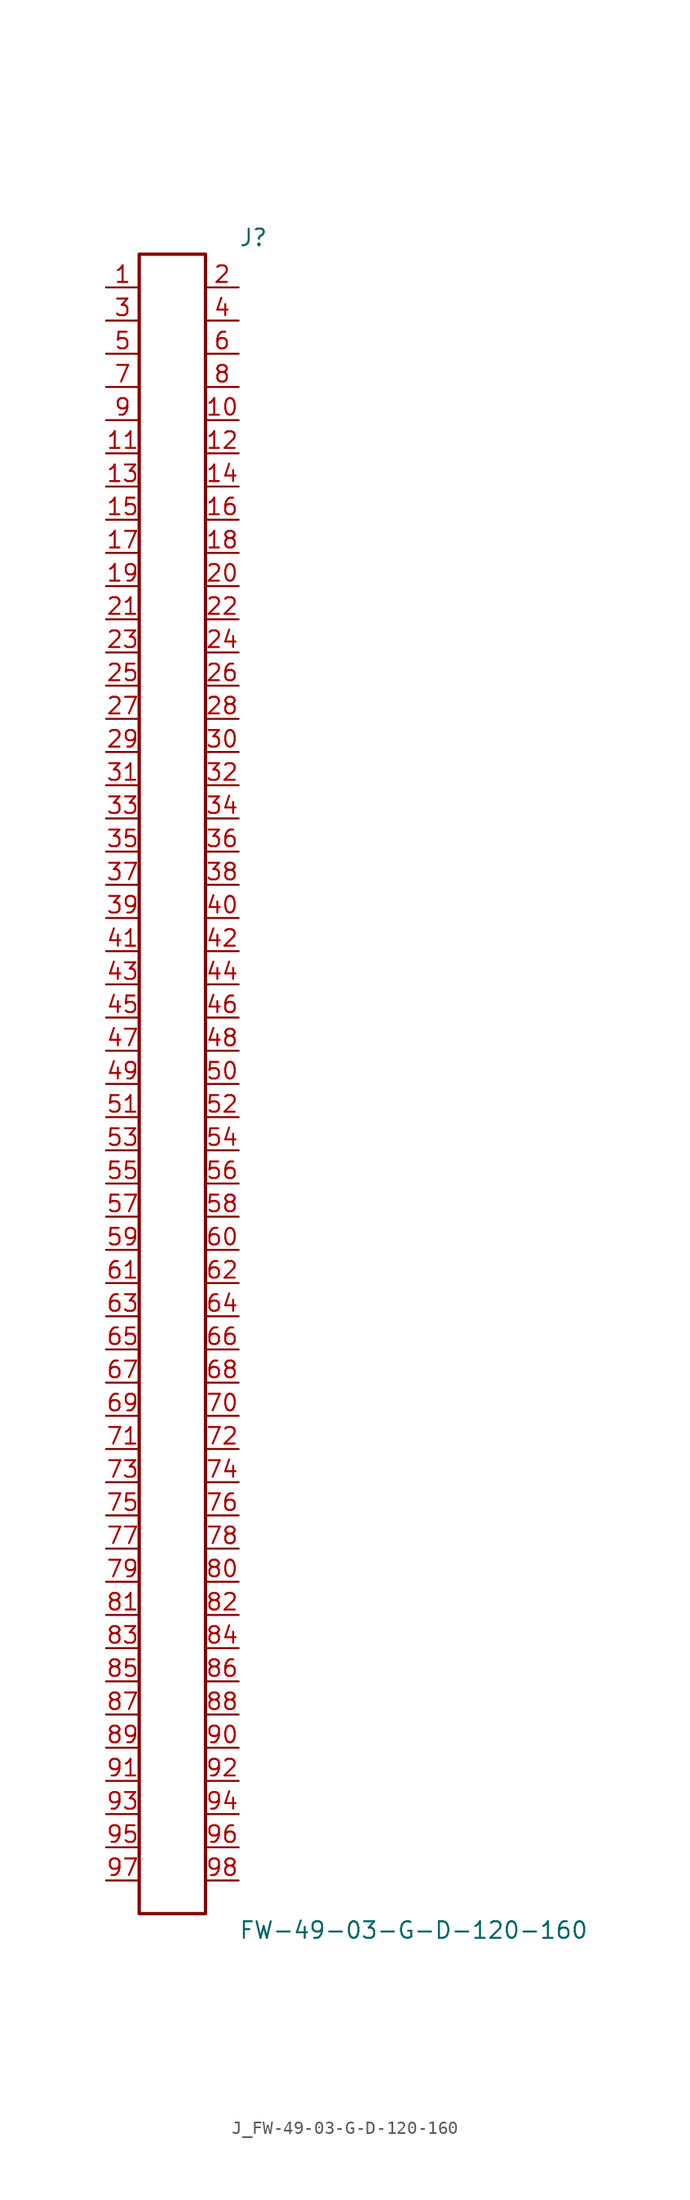
<source format=kicad_sym>
(kicad_symbol_lib
  (version 20231120)
  (generator kicad_symbol_editor)
  (generator_version 8.0)
  (symbol "J_FW-49-03-G-D-120-160"
    (pin_names
      (offset 0.254))
    (property "Reference" "J"
      (at 5.08 64.77 0)
      (effects (font (size 1.27 1.27)) (justify left)))
    (property "Value" "FW-49-03-G-D-120-160"
      (at 5.08 -64.77 0)
      (effects (font (size 1.27 1.27)) (justify left)))
    (symbol "J_FW-49-03-G-D-120-160_0_0"
      (pin passive line (at -5.08 60.96 0) (length 2.54) (name "" (effects (font (size 1.27 1.27)))) (number "1" (effects (font (size 1.27 1.27)))))
      (pin passive line (at 5.08 60.96 180) (length 2.54) (name "" (effects (font (size 1.27 1.27)))) (number "2" (effects (font (size 1.27 1.27)))))
      (pin passive line (at -5.08 58.42 0) (length 2.54) (name "" (effects (font (size 1.27 1.27)))) (number "3" (effects (font (size 1.27 1.27)))))
      (pin passive line (at 5.08 58.42 180) (length 2.54) (name "" (effects (font (size 1.27 1.27)))) (number "4" (effects (font (size 1.27 1.27)))))
      (pin passive line (at -5.08 55.88 0) (length 2.54) (name "" (effects (font (size 1.27 1.27)))) (number "5" (effects (font (size 1.27 1.27)))))
      (pin passive line (at 5.08 55.88 180) (length 2.54) (name "" (effects (font (size 1.27 1.27)))) (number "6" (effects (font (size 1.27 1.27)))))
      (pin passive line (at -5.08 53.34 0) (length 2.54) (name "" (effects (font (size 1.27 1.27)))) (number "7" (effects (font (size 1.27 1.27)))))
      (pin passive line (at 5.08 53.34 180) (length 2.54) (name "" (effects (font (size 1.27 1.27)))) (number "8" (effects (font (size 1.27 1.27)))))
      (pin passive line (at -5.08 50.8 0) (length 2.54) (name "" (effects (font (size 1.27 1.27)))) (number "9" (effects (font (size 1.27 1.27)))))
      (pin passive line (at 5.08 50.8 180) (length 2.54) (name "" (effects (font (size 1.27 1.27)))) (number "10" (effects (font (size 1.27 1.27)))))
      (pin passive line (at -5.08 48.26 0) (length 2.54) (name "" (effects (font (size 1.27 1.27)))) (number "11" (effects (font (size 1.27 1.27)))))
      (pin passive line (at 5.08 48.26 180) (length 2.54) (name "" (effects (font (size 1.27 1.27)))) (number "12" (effects (font (size 1.27 1.27)))))
      (pin passive line (at -5.08 45.72 0) (length 2.54) (name "" (effects (font (size 1.27 1.27)))) (number "13" (effects (font (size 1.27 1.27)))))
      (pin passive line (at 5.08 45.72 180) (length 2.54) (name "" (effects (font (size 1.27 1.27)))) (number "14" (effects (font (size 1.27 1.27)))))
      (pin passive line (at -5.08 43.18 0) (length 2.54) (name "" (effects (font (size 1.27 1.27)))) (number "15" (effects (font (size 1.27 1.27)))))
      (pin passive line (at 5.08 43.18 180) (length 2.54) (name "" (effects (font (size 1.27 1.27)))) (number "16" (effects (font (size 1.27 1.27)))))
      (pin passive line (at -5.08 40.64 0) (length 2.54) (name "" (effects (font (size 1.27 1.27)))) (number "17" (effects (font (size 1.27 1.27)))))
      (pin passive line (at 5.08 40.64 180) (length 2.54) (name "" (effects (font (size 1.27 1.27)))) (number "18" (effects (font (size 1.27 1.27)))))
      (pin passive line (at -5.08 38.1 0) (length 2.54) (name "" (effects (font (size 1.27 1.27)))) (number "19" (effects (font (size 1.27 1.27)))))
      (pin passive line (at 5.08 38.1 180) (length 2.54) (name "" (effects (font (size 1.27 1.27)))) (number "20" (effects (font (size 1.27 1.27)))))
      (pin passive line (at -5.08 35.56 0) (length 2.54) (name "" (effects (font (size 1.27 1.27)))) (number "21" (effects (font (size 1.27 1.27)))))
      (pin passive line (at 5.08 35.56 180) (length 2.54) (name "" (effects (font (size 1.27 1.27)))) (number "22" (effects (font (size 1.27 1.27)))))
      (pin passive line (at -5.08 33.02 0) (length 2.54) (name "" (effects (font (size 1.27 1.27)))) (number "23" (effects (font (size 1.27 1.27)))))
      (pin passive line (at 5.08 33.02 180) (length 2.54) (name "" (effects (font (size 1.27 1.27)))) (number "24" (effects (font (size 1.27 1.27)))))
      (pin passive line (at -5.08 30.48 0) (length 2.54) (name "" (effects (font (size 1.27 1.27)))) (number "25" (effects (font (size 1.27 1.27)))))
      (pin passive line (at 5.08 30.48 180) (length 2.54) (name "" (effects (font (size 1.27 1.27)))) (number "26" (effects (font (size 1.27 1.27)))))
      (pin passive line (at -5.08 27.94 0) (length 2.54) (name "" (effects (font (size 1.27 1.27)))) (number "27" (effects (font (size 1.27 1.27)))))
      (pin passive line (at 5.08 27.94 180) (length 2.54) (name "" (effects (font (size 1.27 1.27)))) (number "28" (effects (font (size 1.27 1.27)))))
      (pin passive line (at -5.08 25.4 0) (length 2.54) (name "" (effects (font (size 1.27 1.27)))) (number "29" (effects (font (size 1.27 1.27)))))
      (pin passive line (at 5.08 25.4 180) (length 2.54) (name "" (effects (font (size 1.27 1.27)))) (number "30" (effects (font (size 1.27 1.27)))))
      (pin passive line (at -5.08 22.86 0) (length 2.54) (name "" (effects (font (size 1.27 1.27)))) (number "31" (effects (font (size 1.27 1.27)))))
      (pin passive line (at 5.08 22.86 180) (length 2.54) (name "" (effects (font (size 1.27 1.27)))) (number "32" (effects (font (size 1.27 1.27)))))
      (pin passive line (at -5.08 20.32 0) (length 2.54) (name "" (effects (font (size 1.27 1.27)))) (number "33" (effects (font (size 1.27 1.27)))))
      (pin passive line (at 5.08 20.32 180) (length 2.54) (name "" (effects (font (size 1.27 1.27)))) (number "34" (effects (font (size 1.27 1.27)))))
      (pin passive line (at -5.08 17.78 0) (length 2.54) (name "" (effects (font (size 1.27 1.27)))) (number "35" (effects (font (size 1.27 1.27)))))
      (pin passive line (at 5.08 17.78 180) (length 2.54) (name "" (effects (font (size 1.27 1.27)))) (number "36" (effects (font (size 1.27 1.27)))))
      (pin passive line (at -5.08 15.24 0) (length 2.54) (name "" (effects (font (size 1.27 1.27)))) (number "37" (effects (font (size 1.27 1.27)))))
      (pin passive line (at 5.08 15.24 180) (length 2.54) (name "" (effects (font (size 1.27 1.27)))) (number "38" (effects (font (size 1.27 1.27)))))
      (pin passive line (at -5.08 12.7 0) (length 2.54) (name "" (effects (font (size 1.27 1.27)))) (number "39" (effects (font (size 1.27 1.27)))))
      (pin passive line (at 5.08 12.7 180) (length 2.54) (name "" (effects (font (size 1.27 1.27)))) (number "40" (effects (font (size 1.27 1.27)))))
      (pin passive line (at -5.08 10.16 0) (length 2.54) (name "" (effects (font (size 1.27 1.27)))) (number "41" (effects (font (size 1.27 1.27)))))
      (pin passive line (at 5.08 10.16 180) (length 2.54) (name "" (effects (font (size 1.27 1.27)))) (number "42" (effects (font (size 1.27 1.27)))))
      (pin passive line (at -5.08 7.62 0) (length 2.54) (name "" (effects (font (size 1.27 1.27)))) (number "43" (effects (font (size 1.27 1.27)))))
      (pin passive line (at 5.08 7.62 180) (length 2.54) (name "" (effects (font (size 1.27 1.27)))) (number "44" (effects (font (size 1.27 1.27)))))
      (pin passive line (at -5.08 5.08 0) (length 2.54) (name "" (effects (font (size 1.27 1.27)))) (number "45" (effects (font (size 1.27 1.27)))))
      (pin passive line (at 5.08 5.08 180) (length 2.54) (name "" (effects (font (size 1.27 1.27)))) (number "46" (effects (font (size 1.27 1.27)))))
      (pin passive line (at -5.08 2.54 0) (length 2.54) (name "" (effects (font (size 1.27 1.27)))) (number "47" (effects (font (size 1.27 1.27)))))
      (pin passive line (at 5.08 2.54 180) (length 2.54) (name "" (effects (font (size 1.27 1.27)))) (number "48" (effects (font (size 1.27 1.27)))))
      (pin passive line (at -5.08 0.0 0) (length 2.54) (name "" (effects (font (size 1.27 1.27)))) (number "49" (effects (font (size 1.27 1.27)))))
      (pin passive line (at 5.08 0.0 180) (length 2.54) (name "" (effects (font (size 1.27 1.27)))) (number "50" (effects (font (size 1.27 1.27)))))
      (pin passive line (at -5.08 -2.54 0) (length 2.54) (name "" (effects (font (size 1.27 1.27)))) (number "51" (effects (font (size 1.27 1.27)))))
      (pin passive line (at 5.08 -2.54 180) (length 2.54) (name "" (effects (font (size 1.27 1.27)))) (number "52" (effects (font (size 1.27 1.27)))))
      (pin passive line (at -5.08 -5.08 0) (length 2.54) (name "" (effects (font (size 1.27 1.27)))) (number "53" (effects (font (size 1.27 1.27)))))
      (pin passive line (at 5.08 -5.08 180) (length 2.54) (name "" (effects (font (size 1.27 1.27)))) (number "54" (effects (font (size 1.27 1.27)))))
      (pin passive line (at -5.08 -7.62 0) (length 2.54) (name "" (effects (font (size 1.27 1.27)))) (number "55" (effects (font (size 1.27 1.27)))))
      (pin passive line (at 5.08 -7.62 180) (length 2.54) (name "" (effects (font (size 1.27 1.27)))) (number "56" (effects (font (size 1.27 1.27)))))
      (pin passive line (at -5.08 -10.16 0) (length 2.54) (name "" (effects (font (size 1.27 1.27)))) (number "57" (effects (font (size 1.27 1.27)))))
      (pin passive line (at 5.08 -10.16 180) (length 2.54) (name "" (effects (font (size 1.27 1.27)))) (number "58" (effects (font (size 1.27 1.27)))))
      (pin passive line (at -5.08 -12.7 0) (length 2.54) (name "" (effects (font (size 1.27 1.27)))) (number "59" (effects (font (size 1.27 1.27)))))
      (pin passive line (at 5.08 -12.7 180) (length 2.54) (name "" (effects (font (size 1.27 1.27)))) (number "60" (effects (font (size 1.27 1.27)))))
      (pin passive line (at -5.08 -15.24 0) (length 2.54) (name "" (effects (font (size 1.27 1.27)))) (number "61" (effects (font (size 1.27 1.27)))))
      (pin passive line (at 5.08 -15.24 180) (length 2.54) (name "" (effects (font (size 1.27 1.27)))) (number "62" (effects (font (size 1.27 1.27)))))
      (pin passive line (at -5.08 -17.78 0) (length 2.54) (name "" (effects (font (size 1.27 1.27)))) (number "63" (effects (font (size 1.27 1.27)))))
      (pin passive line (at 5.08 -17.78 180) (length 2.54) (name "" (effects (font (size 1.27 1.27)))) (number "64" (effects (font (size 1.27 1.27)))))
      (pin passive line (at -5.08 -20.32 0) (length 2.54) (name "" (effects (font (size 1.27 1.27)))) (number "65" (effects (font (size 1.27 1.27)))))
      (pin passive line (at 5.08 -20.32 180) (length 2.54) (name "" (effects (font (size 1.27 1.27)))) (number "66" (effects (font (size 1.27 1.27)))))
      (pin passive line (at -5.08 -22.86 0) (length 2.54) (name "" (effects (font (size 1.27 1.27)))) (number "67" (effects (font (size 1.27 1.27)))))
      (pin passive line (at 5.08 -22.86 180) (length 2.54) (name "" (effects (font (size 1.27 1.27)))) (number "68" (effects (font (size 1.27 1.27)))))
      (pin passive line (at -5.08 -25.4 0) (length 2.54) (name "" (effects (font (size 1.27 1.27)))) (number "69" (effects (font (size 1.27 1.27)))))
      (pin passive line (at 5.08 -25.4 180) (length 2.54) (name "" (effects (font (size 1.27 1.27)))) (number "70" (effects (font (size 1.27 1.27)))))
      (pin passive line (at -5.08 -27.94 0) (length 2.54) (name "" (effects (font (size 1.27 1.27)))) (number "71" (effects (font (size 1.27 1.27)))))
      (pin passive line (at 5.08 -27.94 180) (length 2.54) (name "" (effects (font (size 1.27 1.27)))) (number "72" (effects (font (size 1.27 1.27)))))
      (pin passive line (at -5.08 -30.48 0) (length 2.54) (name "" (effects (font (size 1.27 1.27)))) (number "73" (effects (font (size 1.27 1.27)))))
      (pin passive line (at 5.08 -30.48 180) (length 2.54) (name "" (effects (font (size 1.27 1.27)))) (number "74" (effects (font (size 1.27 1.27)))))
      (pin passive line (at -5.08 -33.02 0) (length 2.54) (name "" (effects (font (size 1.27 1.27)))) (number "75" (effects (font (size 1.27 1.27)))))
      (pin passive line (at 5.08 -33.02 180) (length 2.54) (name "" (effects (font (size 1.27 1.27)))) (number "76" (effects (font (size 1.27 1.27)))))
      (pin passive line (at -5.08 -35.56 0) (length 2.54) (name "" (effects (font (size 1.27 1.27)))) (number "77" (effects (font (size 1.27 1.27)))))
      (pin passive line (at 5.08 -35.56 180) (length 2.54) (name "" (effects (font (size 1.27 1.27)))) (number "78" (effects (font (size 1.27 1.27)))))
      (pin passive line (at -5.08 -38.1 0) (length 2.54) (name "" (effects (font (size 1.27 1.27)))) (number "79" (effects (font (size 1.27 1.27)))))
      (pin passive line (at 5.08 -38.1 180) (length 2.54) (name "" (effects (font (size 1.27 1.27)))) (number "80" (effects (font (size 1.27 1.27)))))
      (pin passive line (at -5.08 -40.64 0) (length 2.54) (name "" (effects (font (size 1.27 1.27)))) (number "81" (effects (font (size 1.27 1.27)))))
      (pin passive line (at 5.08 -40.64 180) (length 2.54) (name "" (effects (font (size 1.27 1.27)))) (number "82" (effects (font (size 1.27 1.27)))))
      (pin passive line (at -5.08 -43.18 0) (length 2.54) (name "" (effects (font (size 1.27 1.27)))) (number "83" (effects (font (size 1.27 1.27)))))
      (pin passive line (at 5.08 -43.18 180) (length 2.54) (name "" (effects (font (size 1.27 1.27)))) (number "84" (effects (font (size 1.27 1.27)))))
      (pin passive line (at -5.08 -45.72 0) (length 2.54) (name "" (effects (font (size 1.27 1.27)))) (number "85" (effects (font (size 1.27 1.27)))))
      (pin passive line (at 5.08 -45.72 180) (length 2.54) (name "" (effects (font (size 1.27 1.27)))) (number "86" (effects (font (size 1.27 1.27)))))
      (pin passive line (at -5.08 -48.26 0) (length 2.54) (name "" (effects (font (size 1.27 1.27)))) (number "87" (effects (font (size 1.27 1.27)))))
      (pin passive line (at 5.08 -48.26 180) (length 2.54) (name "" (effects (font (size 1.27 1.27)))) (number "88" (effects (font (size 1.27 1.27)))))
      (pin passive line (at -5.08 -50.8 0) (length 2.54) (name "" (effects (font (size 1.27 1.27)))) (number "89" (effects (font (size 1.27 1.27)))))
      (pin passive line (at 5.08 -50.8 180) (length 2.54) (name "" (effects (font (size 1.27 1.27)))) (number "90" (effects (font (size 1.27 1.27)))))
      (pin passive line (at -5.08 -53.34 0) (length 2.54) (name "" (effects (font (size 1.27 1.27)))) (number "91" (effects (font (size 1.27 1.27)))))
      (pin passive line (at 5.08 -53.34 180) (length 2.54) (name "" (effects (font (size 1.27 1.27)))) (number "92" (effects (font (size 1.27 1.27)))))
      (pin passive line (at -5.08 -55.88 0) (length 2.54) (name "" (effects (font (size 1.27 1.27)))) (number "93" (effects (font (size 1.27 1.27)))))
      (pin passive line (at 5.08 -55.88 180) (length 2.54) (name "" (effects (font (size 1.27 1.27)))) (number "94" (effects (font (size 1.27 1.27)))))
      (pin passive line (at -5.08 -58.42 0) (length 2.54) (name "" (effects (font (size 1.27 1.27)))) (number "95" (effects (font (size 1.27 1.27)))))
      (pin passive line (at 5.08 -58.42 180) (length 2.54) (name "" (effects (font (size 1.27 1.27)))) (number "96" (effects (font (size 1.27 1.27)))))
      (pin passive line (at -5.08 -60.96 0) (length 2.54) (name "" (effects (font (size 1.27 1.27)))) (number "97" (effects (font (size 1.27 1.27)))))
      (pin passive line (at 5.08 -60.96 180) (length 2.54) (name "" (effects (font (size 1.27 1.27)))) (number "98" (effects (font (size 1.27 1.27))))))
    (symbol "J_FW-49-03-G-D-120-160_1_0"
      (rectangle (start -2.54 63.5) (end 2.54 -63.5) (stroke (width 0.254) (type solid)) (fill (type none))))))
</source>
